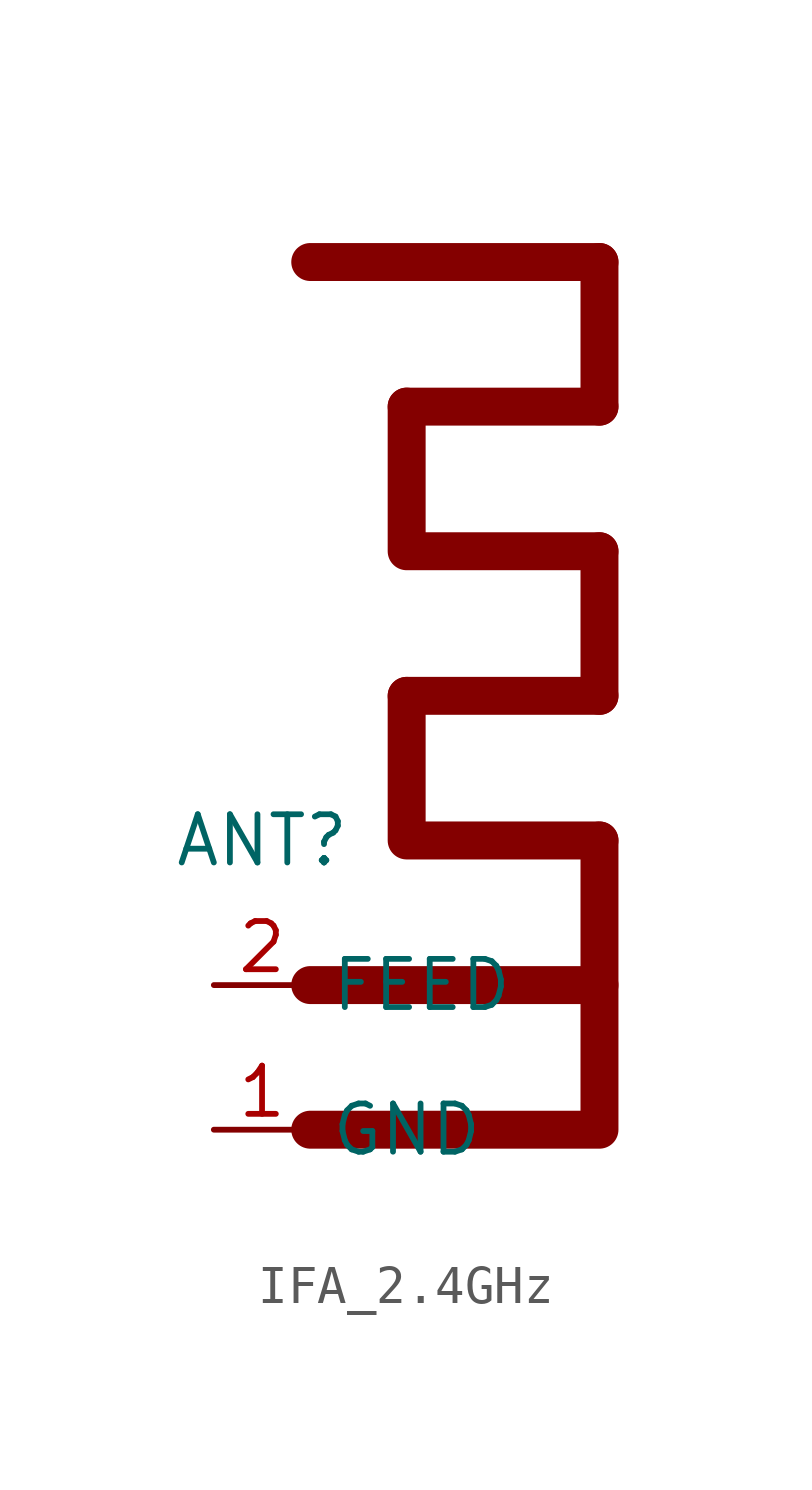
<source format=kicad_sym>
(kicad_symbol_lib
  (version 20231120)
  (generator "kicad_symbol_editor")
  (generator_version "8.0")
  (symbol "IFA_2.4GHz"
    (property "Reference" "ANT"
      (at 0 0 0)
      (effects (font (size 1.27 1.27))))
    (property "Value" ""
      (at 0 0 0)
      (effects (font (size 1.27 1.27))))
    (symbol "IFA_2.4GHz_0_1"
      (polyline (pts (xy 1.27 -3.81) (xy 8.89 -3.81)) (stroke (width 1) (type default)) (fill (type none)))
      (polyline (pts (xy 1.27 15.24) (xy 8.89 15.24)) (stroke (width 1) (type default)) (fill (type none)))
      (polyline (pts (xy 3.81 3.81) (xy 8.89 3.81)) (stroke (width 1) (type default)) (fill (type none)))
      (polyline (pts (xy 3.81 11.43) (xy 8.89 11.43)) (stroke (width 1) (type default)) (fill (type none)))
      (polyline (pts (xy 8.89 7.62) (xy 8.89 3.81)) (stroke (width 1) (type default)) (fill (type none)))
      (polyline (pts (xy 8.89 15.24) (xy 8.89 11.43)) (stroke (width 1) (type default)) (fill (type none)))
      (polyline (pts (xy 3.81 3.81) (xy 3.81 0) (xy 8.89 0)) (stroke (width 1) (type default)) (fill (type none)))
      (polyline (pts (xy 3.81 11.43) (xy 3.81 7.62) (xy 8.89 7.62)) (stroke (width 1) (type default)) (fill (type none)))
      (polyline (pts (xy 8.89 0) (xy 8.89 -7.62) (xy 1.27 -7.62)) (stroke (width 1) (type default)) (fill (type none))))
    (symbol "IFA_2.4GHz_1_1"
      (pin input line (at -1.27 -7.62 0) (length 2.54) (name "GND" (effects (font (size 1.27 1.27)))) (number "1" (effects (font (size 1.27 1.27)))))
      (pin input line (at -1.27 -3.81 0) (length 2.54) (name "FEED" (effects (font (size 1.27 1.27)))) (number "2" (effects (font (size 1.27 1.27))))))))
</source>
